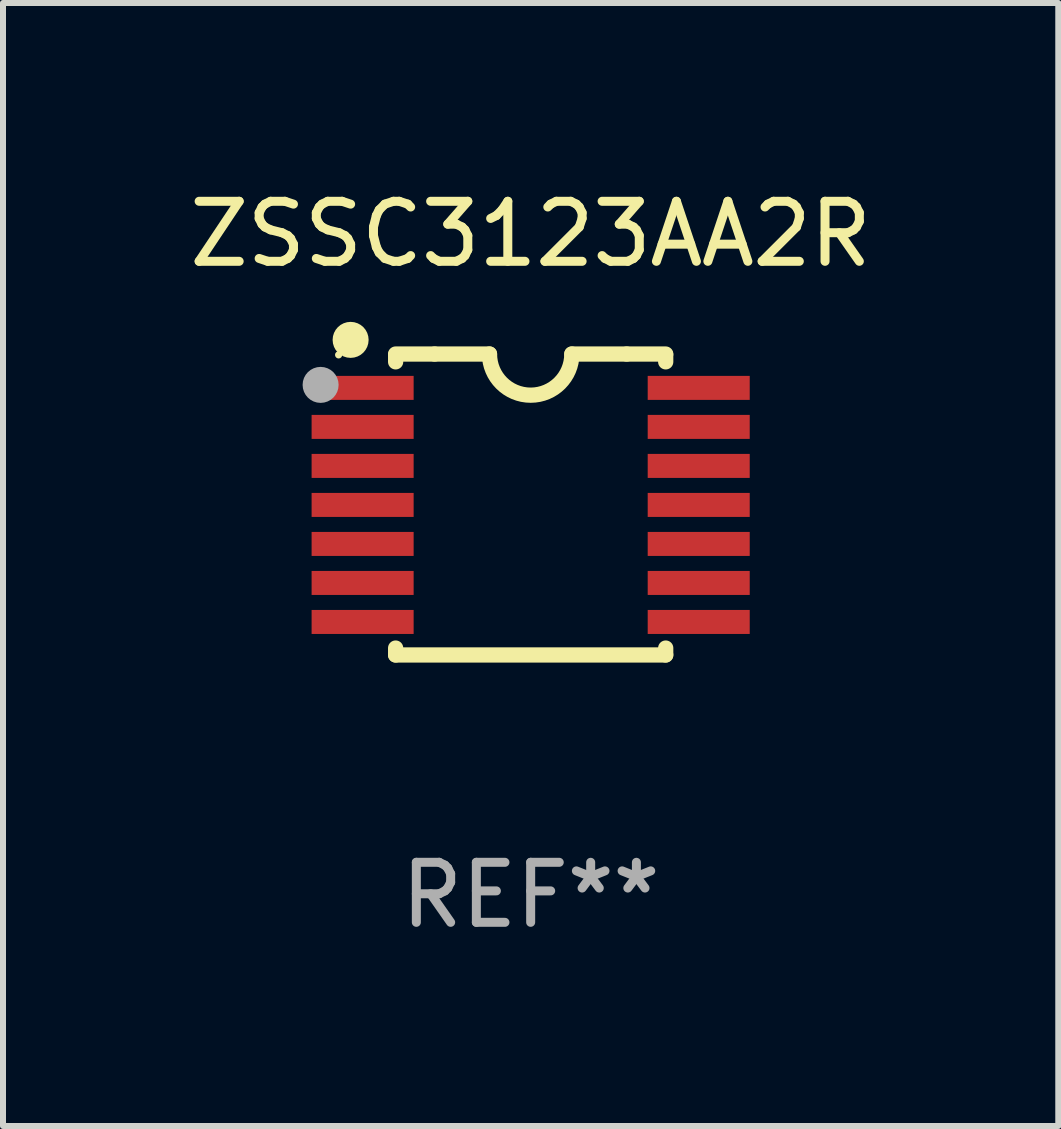
<source format=kicad_pcb>
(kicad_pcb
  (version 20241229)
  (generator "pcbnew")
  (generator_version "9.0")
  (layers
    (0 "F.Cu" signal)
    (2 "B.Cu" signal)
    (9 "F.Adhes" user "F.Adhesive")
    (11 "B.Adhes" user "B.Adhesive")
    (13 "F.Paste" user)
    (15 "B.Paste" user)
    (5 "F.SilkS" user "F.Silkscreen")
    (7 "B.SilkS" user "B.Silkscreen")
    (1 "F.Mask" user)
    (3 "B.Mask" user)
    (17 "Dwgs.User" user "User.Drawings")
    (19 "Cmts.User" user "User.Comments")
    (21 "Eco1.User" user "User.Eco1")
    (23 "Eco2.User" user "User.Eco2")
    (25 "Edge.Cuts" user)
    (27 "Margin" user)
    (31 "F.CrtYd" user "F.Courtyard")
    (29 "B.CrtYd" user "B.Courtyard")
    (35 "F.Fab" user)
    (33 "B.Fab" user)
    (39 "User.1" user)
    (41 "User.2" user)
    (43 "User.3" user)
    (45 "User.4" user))
  (footprint "ZSSC3123AA2R"
    (layer "F.Cu")
    (at 5.792 5.356)
    (property "Reference" "ZSSC3123AA2R" (at 0 -4.507 0) (layer "F.SilkS") (effects (font (size 1 1) (thickness 0.15))))
    (attr through_hole)
    (fp_line (start -2.25 -2.377) (end -2.25 -2.493) (stroke (width 0.254) (type solid)) (layer "F.SilkS"))
    (fp_line (start -2.25 2.507) (end -2.25 2.392) (stroke (width 0.254) (type solid)) (layer "F.SilkS"))
    (fp_line (start -1.6 -2.507) (end -2.25 -2.507) (stroke (width 0.254) (type solid)) (layer "F.SilkS"))
    (fp_line (start -1.6 -2.507) (end -0.686 -2.507) (stroke (width 0.254) (type solid)) (layer "F.SilkS"))
    (fp_line (start 0.686 -2.507) (end 1.6 -2.507) (stroke (width 0.254) (type solid)) (layer "F.SilkS"))
    (fp_line (start 1.6 -2.507) (end 2.25 -2.507) (stroke (width 0.254) (type solid)) (layer "F.SilkS"))
    (fp_line (start 2.25 -2.493) (end 2.25 -2.377) (stroke (width 0.254) (type solid)) (layer "F.SilkS"))
    (fp_line (start 2.25 2.392) (end 2.25 2.507) (stroke (width 0.254) (type solid)) (layer "F.SilkS"))
    (fp_line (start 2.25 2.507) (end -2.25 2.507) (stroke (width 0.254) (type solid)) (layer "F.SilkS"))
    (fp_arc (start 0.685852 -2.507303) (mid 0.000051 -1.821502) (end -0.68575 -2.507303) (stroke (width 0.254001) (type solid)) (layer "F.SilkS"))
    (fp_circle (center -3.2 -2.493) (end -3.17 -2.493) (stroke (width 0.06) (type solid)) (fill no) (layer "F.SilkS"))
    (fp_circle (center -3 -2.743) (end -2.85 -2.743) (stroke (width 0.3) (type solid)) (fill no) (layer "F.SilkS"))
    (fp_circle (center -3.5 -1.993) (end -3.35 -1.993) (stroke (width 0.3) (type solid)) (fill no) (layer "F.Fab"))
    (fp_text user "REF**" (at 0 6.507 0) (layer "F.Fab") (effects (font (size 1 1) (thickness 0.15))))
    (pad "1" smd rect (at -2.8 -1.943) (size 1.7 0.4) (layers "F.Cu" "F.Mask" "F.Paste"))
    (pad "2" smd rect (at -2.8 -1.293) (size 1.7 0.4) (layers "F.Cu" "F.Mask" "F.Paste"))
    (pad "3" smd rect (at -2.8 -0.643) (size 1.7 0.4) (layers "F.Cu" "F.Mask" "F.Paste"))
    (pad "4" smd rect (at -2.8 0.007) (size 1.7 0.4) (layers "F.Cu" "F.Mask" "F.Paste"))
    (pad "5" smd rect (at -2.8 0.657) (size 1.7 0.4) (layers "F.Cu" "F.Mask" "F.Paste"))
    (pad "6" smd rect (at -2.8 1.307) (size 1.7 0.4) (layers "F.Cu" "F.Mask" "F.Paste"))
    (pad "7" smd rect (at -2.8 1.957) (size 1.7 0.4) (layers "F.Cu" "F.Mask" "F.Paste"))
    (pad "8" smd rect (at 2.8 1.957) (size 1.7 0.4) (layers "F.Cu" "F.Mask" "F.Paste"))
    (pad "9" smd rect (at 2.8 1.307) (size 1.7 0.4) (layers "F.Cu" "F.Mask" "F.Paste"))
    (pad "10" smd rect (at 2.8 0.657) (size 1.7 0.4) (layers "F.Cu" "F.Mask" "F.Paste"))
    (pad "11" smd rect (at 2.8 0.007) (size 1.7 0.4) (layers "F.Cu" "F.Mask" "F.Paste"))
    (pad "12" smd rect (at 2.8 -0.643) (size 1.7 0.4) (layers "F.Cu" "F.Mask" "F.Paste"))
    (pad "13" smd rect (at 2.8 -1.293) (size 1.7 0.4) (layers "F.Cu" "F.Mask" "F.Paste"))
    (pad "14" smd rect (at 2.8 -1.943) (size 1.7 0.4) (layers "F.Cu" "F.Mask" "F.Paste")))
  (gr_rect
    (start -3 -3)
    (end 14.583 15.711)
    (stroke (width 0.1) (type default))
    (fill no)
    (layer "Edge.Cuts")))
</source>
